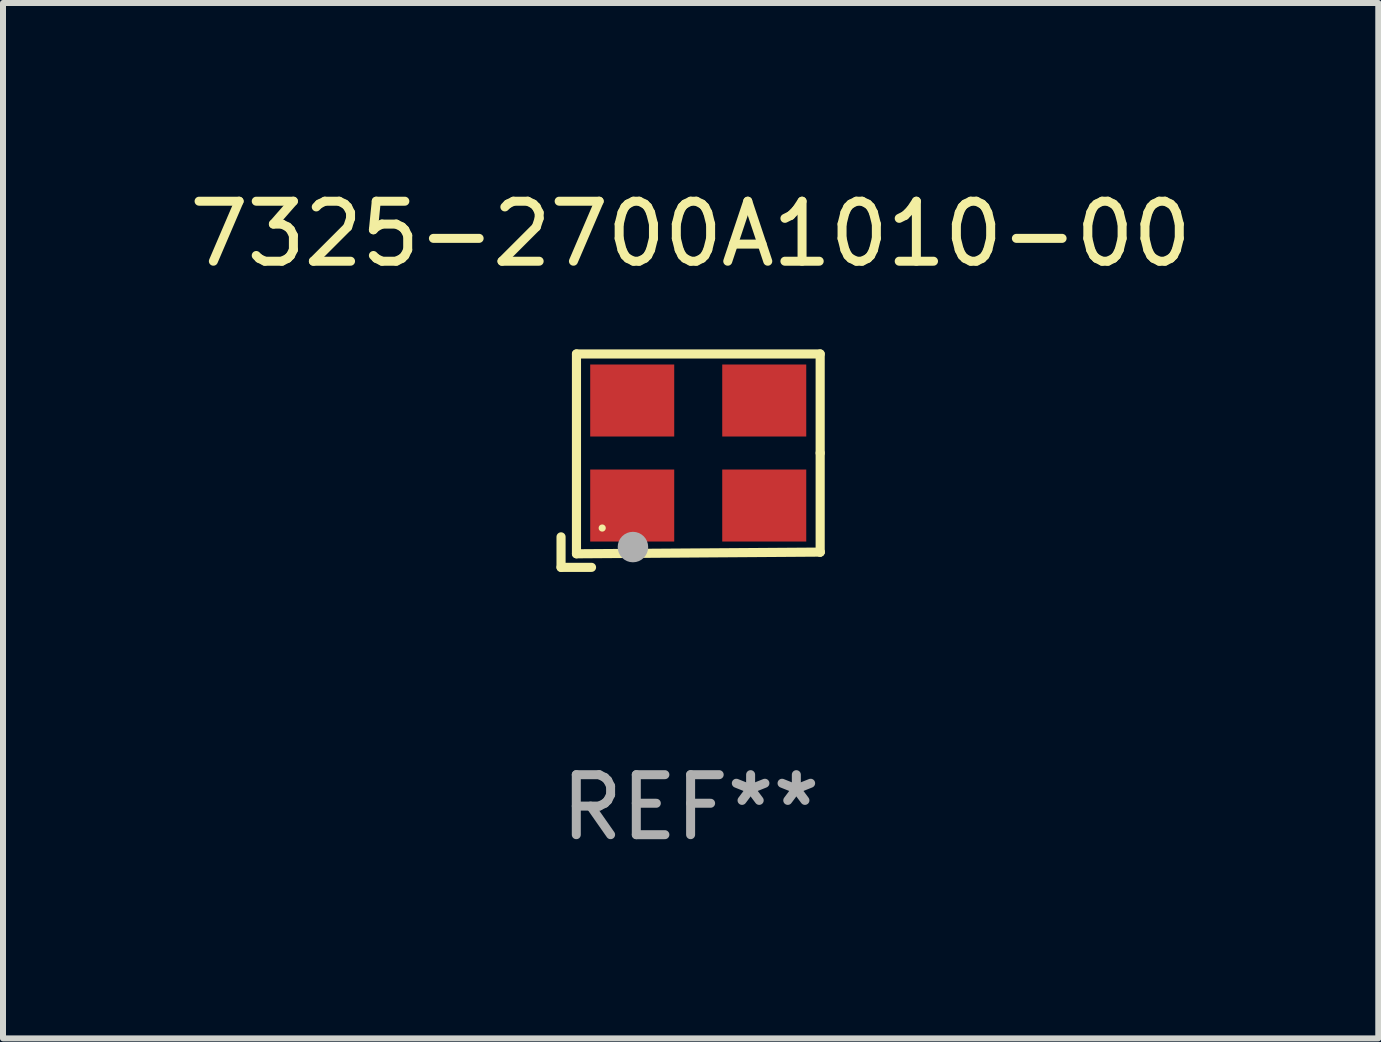
<source format=kicad_pcb>
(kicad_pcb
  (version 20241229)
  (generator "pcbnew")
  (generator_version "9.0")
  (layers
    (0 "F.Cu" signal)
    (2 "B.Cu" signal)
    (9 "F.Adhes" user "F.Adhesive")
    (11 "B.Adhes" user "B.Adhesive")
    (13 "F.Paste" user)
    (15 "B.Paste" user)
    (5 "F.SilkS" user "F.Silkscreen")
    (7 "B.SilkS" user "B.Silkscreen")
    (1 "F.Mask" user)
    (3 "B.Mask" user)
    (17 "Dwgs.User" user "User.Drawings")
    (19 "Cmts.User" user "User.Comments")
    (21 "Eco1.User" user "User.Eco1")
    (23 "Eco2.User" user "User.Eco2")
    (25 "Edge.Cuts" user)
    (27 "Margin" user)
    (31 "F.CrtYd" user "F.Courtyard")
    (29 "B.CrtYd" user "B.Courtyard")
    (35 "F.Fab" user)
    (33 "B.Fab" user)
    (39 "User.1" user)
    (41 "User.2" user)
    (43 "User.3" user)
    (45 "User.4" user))
  (footprint "7325-2700A1010-00"
    (layer "F.Cu")
    (at 8.458 4.626)
    (property "Reference" "7325-2700A1010-00" (at 0 -3.778 0) (layer "F.SilkS") (effects (font (size 1 1) (thickness 0.15))))
    (attr through_hole)
    (fp_line (start -2.159 1.27) (end -2.159 1.778) (stroke (width 0.152) (type solid)) (layer "F.SilkS"))
    (fp_line (start -2.159 1.778) (end -1.651 1.778) (stroke (width 0.152) (type solid)) (layer "F.SilkS"))
    (fp_line (start -1.902 -1.778) (end 2.159 -1.778) (stroke (width 0.152) (type solid)) (layer "F.SilkS"))
    (fp_line (start -1.902 1.552) (end -1.902 -1.778) (stroke (width 0.152) (type solid)) (layer "F.SilkS"))
    (fp_line (start 2.159 -1.778) (end 2.159 -0.127) (stroke (width 0.152) (type solid)) (layer "F.SilkS"))
    (fp_line (start 2.159 -0.127) (end 2.159 1.524) (stroke (width 0.152) (type solid)) (layer "F.SilkS"))
    (fp_line (start 2.159 1.524) (end -1.902 1.552) (stroke (width 0.152) (type solid)) (layer "F.SilkS"))
    (fp_line (start 2.159 1.524) (end 2.159 1.524) (stroke (width 0.152) (type solid)) (layer "F.SilkS"))
    (fp_circle (center -1.473 1.123) (end -1.443 1.123) (stroke (width 0.06) (type solid)) (fill no) (layer "F.SilkS"))
    (fp_circle (center -0.961 1.44) (end -0.834 1.44) (stroke (width 0.254) (type solid)) (fill no) (layer "F.Fab"))
    (fp_text user "REF**" (at 0 5.778 0) (layer "F.Fab") (effects (font (size 1 1) (thickness 0.15))))
    (pad "1" smd rect (at -0.973 0.748) (size 1.4 1.2) (layers "F.Cu" "F.Mask" "F.Paste"))
    (pad "2" smd rect (at 1.227 0.748) (size 1.4 1.2) (layers "F.Cu" "F.Mask" "F.Paste"))
    (pad "3" smd rect (at 1.227 -1.002) (size 1.4 1.2) (layers "F.Cu" "F.Mask" "F.Paste"))
    (pad "4" smd rect (at -0.973 -1.002) (size 1.4 1.2) (layers "F.Cu" "F.Mask" "F.Paste")))
  (gr_rect
    (start -3 -3)
    (end 19.917 14.253)
    (stroke (width 0.1) (type default))
    (fill no)
    (layer "Edge.Cuts")))
</source>
